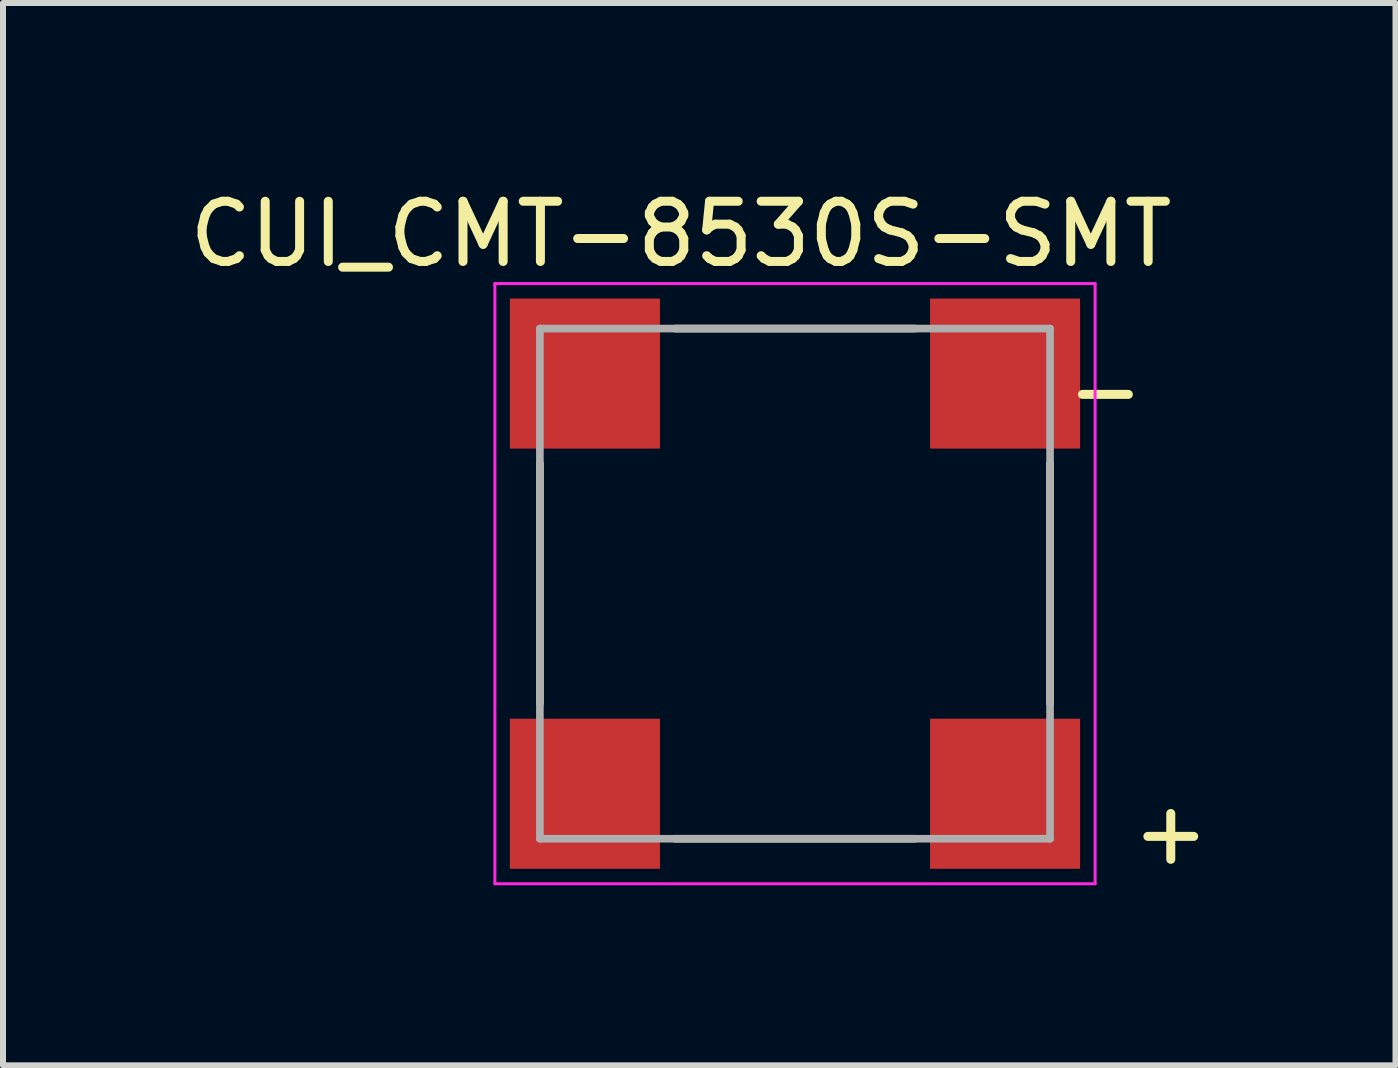
<source format=kicad_pcb>
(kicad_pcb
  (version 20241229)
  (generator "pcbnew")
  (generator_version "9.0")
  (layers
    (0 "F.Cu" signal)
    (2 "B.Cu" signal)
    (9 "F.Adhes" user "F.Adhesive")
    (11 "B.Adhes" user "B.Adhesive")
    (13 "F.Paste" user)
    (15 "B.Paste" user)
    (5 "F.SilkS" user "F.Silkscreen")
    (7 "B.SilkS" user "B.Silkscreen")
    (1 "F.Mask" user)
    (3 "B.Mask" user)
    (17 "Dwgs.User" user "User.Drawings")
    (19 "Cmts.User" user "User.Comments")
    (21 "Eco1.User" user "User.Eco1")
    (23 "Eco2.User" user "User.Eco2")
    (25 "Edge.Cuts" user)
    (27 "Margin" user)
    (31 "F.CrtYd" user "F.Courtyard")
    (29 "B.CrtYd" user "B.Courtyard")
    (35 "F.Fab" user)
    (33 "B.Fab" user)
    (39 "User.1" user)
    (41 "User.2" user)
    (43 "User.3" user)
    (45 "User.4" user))
  (footprint "CUI_CMT-8530S-SMT"
    (layer "F.Cu")
    (at 10.195 6.674)
    (property "Reference" "CUI_CMT-8530S-SMT" (at -1.901 -5.824 0) (layer "F.SilkS") (effects (font (size 1.003 1.003) (thickness 0.15))))
    (attr smd)
    (fp_line (start -4.25 -2) (end -4.25 2) (stroke (width 0.127) (type solid)) (layer "F.SilkS"))
    (fp_line (start -2 -4.25) (end 2 -4.25) (stroke (width 0.127) (type solid)) (layer "F.SilkS"))
    (fp_line (start 2 4.25) (end -2 4.25) (stroke (width 0.127) (type solid)) (layer "F.SilkS"))
    (fp_line (start 4.25 -2) (end 4.25 2) (stroke (width 0.127) (type solid)) (layer "F.SilkS"))
    (fp_line (start -5 -5) (end -5 5) (stroke (width 0.05) (type solid)) (layer "F.CrtYd"))
    (fp_line (start 5 -5) (end -5 -5) (stroke (width 0.05) (type solid)) (layer "F.CrtYd"))
    (fp_line (start 5 -5) (end 5 5) (stroke (width 0.05) (type solid)) (layer "F.CrtYd"))
    (fp_line (start 5 5) (end -5 5) (stroke (width 0.05) (type solid)) (layer "F.CrtYd"))
    (fp_line (start -4.25 -4.25) (end 4.25 -4.25) (stroke (width 0.127) (type solid)) (layer "F.Fab"))
    (fp_line (start -4.25 4.25) (end -4.25 -4.25) (stroke (width 0.127) (type solid)) (layer "F.Fab"))
    (fp_line (start 4.25 -4.25) (end 4.25 4.25) (stroke (width 0.127) (type solid)) (layer "F.Fab"))
    (fp_line (start 4.25 4.25) (end -4.25 4.25) (stroke (width 0.127) (type solid)) (layer "F.Fab"))
    (fp_text user "+" (at 6.261 4.137 0) (layer "F.SilkS") (effects (font (size 1.002 1.002) (thickness 0.15))))
    (fp_text user "-" (at 5.172 -3.227 0) (layer "F.SilkS") (effects (font (size 1.002 1.002) (thickness 0.15))))
    (pad "1" smd rect (at -3.5 -3.5) (size 2.5 2.5) (layers "F.Cu" "F.Mask" "F.Paste"))
    (pad "2" smd rect (at -3.5 3.5) (size 2.5 2.5) (layers "F.Cu" "F.Mask" "F.Paste"))
    (pad "N" smd rect (at 3.5 -3.5) (size 2.5 2.5) (layers "F.Cu" "F.Mask" "F.Paste"))
    (pad "P" smd rect (at 3.5 3.5) (size 2.5 2.5) (layers "F.Cu" "F.Mask" "F.Paste")))
  (gr_rect
    (start -3 -3)
    (end 20.2 14.699)
    (stroke (width 0.1) (type default))
    (fill no)
    (layer "Edge.Cuts")))
</source>
